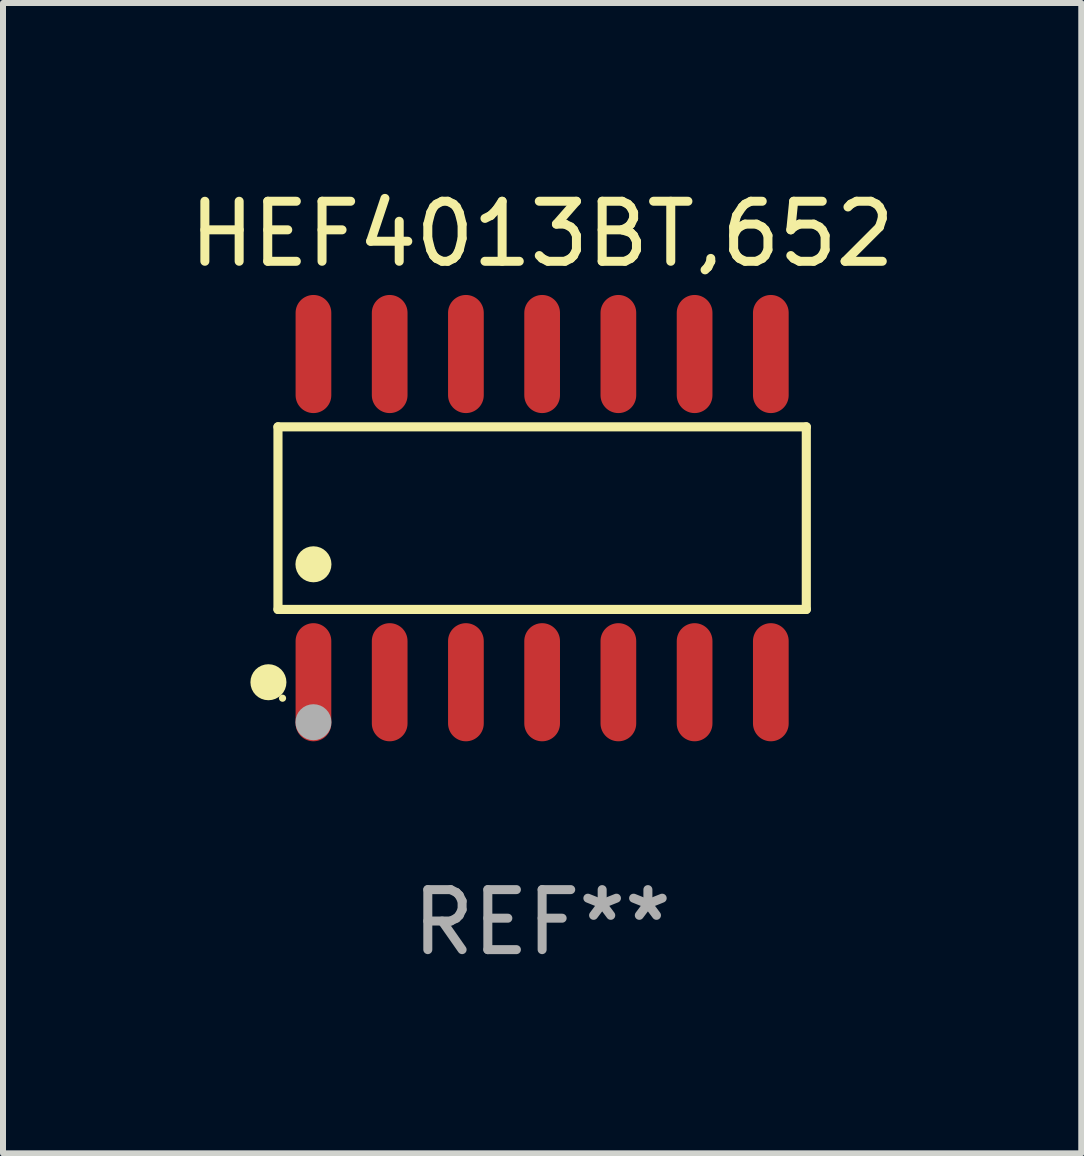
<source format=kicad_pcb>
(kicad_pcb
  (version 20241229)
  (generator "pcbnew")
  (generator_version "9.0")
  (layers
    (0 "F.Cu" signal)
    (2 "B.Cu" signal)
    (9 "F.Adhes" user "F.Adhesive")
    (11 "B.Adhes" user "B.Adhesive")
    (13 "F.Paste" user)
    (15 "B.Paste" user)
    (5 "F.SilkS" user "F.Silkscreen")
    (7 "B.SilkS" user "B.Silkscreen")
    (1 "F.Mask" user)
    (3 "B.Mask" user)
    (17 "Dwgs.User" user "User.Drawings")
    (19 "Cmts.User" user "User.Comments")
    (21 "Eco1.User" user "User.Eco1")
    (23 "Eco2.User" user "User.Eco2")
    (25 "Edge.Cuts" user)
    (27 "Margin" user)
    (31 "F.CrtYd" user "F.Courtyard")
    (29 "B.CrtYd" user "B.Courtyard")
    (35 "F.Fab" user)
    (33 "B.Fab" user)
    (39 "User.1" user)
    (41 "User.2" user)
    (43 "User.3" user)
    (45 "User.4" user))
  (footprint "HEF4013BT,652"
    (layer "F.Cu")
    (at 5.982 5.582)
    (property "Reference" "HEF4013BT,652" (at 0 -4.734 0) (layer "F.SilkS") (effects (font (size 1 1) (thickness 0.15))))
    (attr through_hole)
    (fp_line (start -4.401 -1.521) (end 4.401 -1.521) (stroke (width 0.152) (type solid)) (layer "F.SilkS"))
    (fp_line (start -4.401 1.521) (end -4.401 -1.521) (stroke (width 0.152) (type solid)) (layer "F.SilkS"))
    (fp_line (start 4.401 -1.521) (end 4.401 1.521) (stroke (width 0.152) (type solid)) (layer "F.SilkS"))
    (fp_line (start 4.401 1.521) (end -4.401 1.521) (stroke (width 0.152) (type solid)) (layer "F.SilkS"))
    (fp_circle (center -4.56 2.734) (end -4.41 2.734) (stroke (width 0.3) (type solid)) (fill no) (layer "F.SilkS"))
    (fp_circle (center -4.325 3) (end -4.295 3) (stroke (width 0.06) (type solid)) (fill no) (layer "F.SilkS"))
    (fp_circle (center -3.81 0.769) (end -3.66 0.769) (stroke (width 0.3) (type solid)) (fill no) (layer "F.SilkS"))
    (fp_circle (center -3.81 3.4) (end -3.66 3.4) (stroke (width 0.3) (type solid)) (fill no) (layer "F.Fab"))
    (fp_text user "REF**" (at 0 6.734 0) (layer "F.Fab") (effects (font (size 1 1) (thickness 0.15))))
    (pad "1" smd oval (at -3.81 2.734) (size 0.595 1.968) (layers "F.Cu" "F.Mask" "F.Paste"))
    (pad "2" smd oval (at -2.54 2.734) (size 0.595 1.968) (layers "F.Cu" "F.Mask" "F.Paste"))
    (pad "3" smd oval (at -1.27 2.734) (size 0.595 1.968) (layers "F.Cu" "F.Mask" "F.Paste"))
    (pad "4" smd oval (at 0 2.734) (size 0.595 1.968) (layers "F.Cu" "F.Mask" "F.Paste"))
    (pad "5" smd oval (at 1.27 2.734) (size 0.595 1.968) (layers "F.Cu" "F.Mask" "F.Paste"))
    (pad "6" smd oval (at 2.54 2.734) (size 0.595 1.968) (layers "F.Cu" "F.Mask" "F.Paste"))
    (pad "7" smd oval (at 3.81 2.734) (size 0.595 1.968) (layers "F.Cu" "F.Mask" "F.Paste"))
    (pad "8" smd oval (at 3.81 -2.734) (size 0.595 1.968) (layers "F.Cu" "F.Mask" "F.Paste"))
    (pad "9" smd oval (at 2.54 -2.734) (size 0.595 1.968) (layers "F.Cu" "F.Mask" "F.Paste"))
    (pad "10" smd oval (at 1.27 -2.734) (size 0.595 1.968) (layers "F.Cu" "F.Mask" "F.Paste"))
    (pad "11" smd oval (at 0 -2.734) (size 0.595 1.968) (layers "F.Cu" "F.Mask" "F.Paste"))
    (pad "12" smd oval (at -1.27 -2.734) (size 0.595 1.968) (layers "F.Cu" "F.Mask" "F.Paste"))
    (pad "13" smd oval (at -2.54 -2.734) (size 0.595 1.968) (layers "F.Cu" "F.Mask" "F.Paste"))
    (pad "14" smd oval (at -3.81 -2.734) (size 0.595 1.968) (layers "F.Cu" "F.Mask" "F.Paste")))
  (gr_rect
    (start -3 -3)
    (end 14.964 16.164)
    (stroke (width 0.1) (type default))
    (fill no)
    (layer "Edge.Cuts")))
</source>
